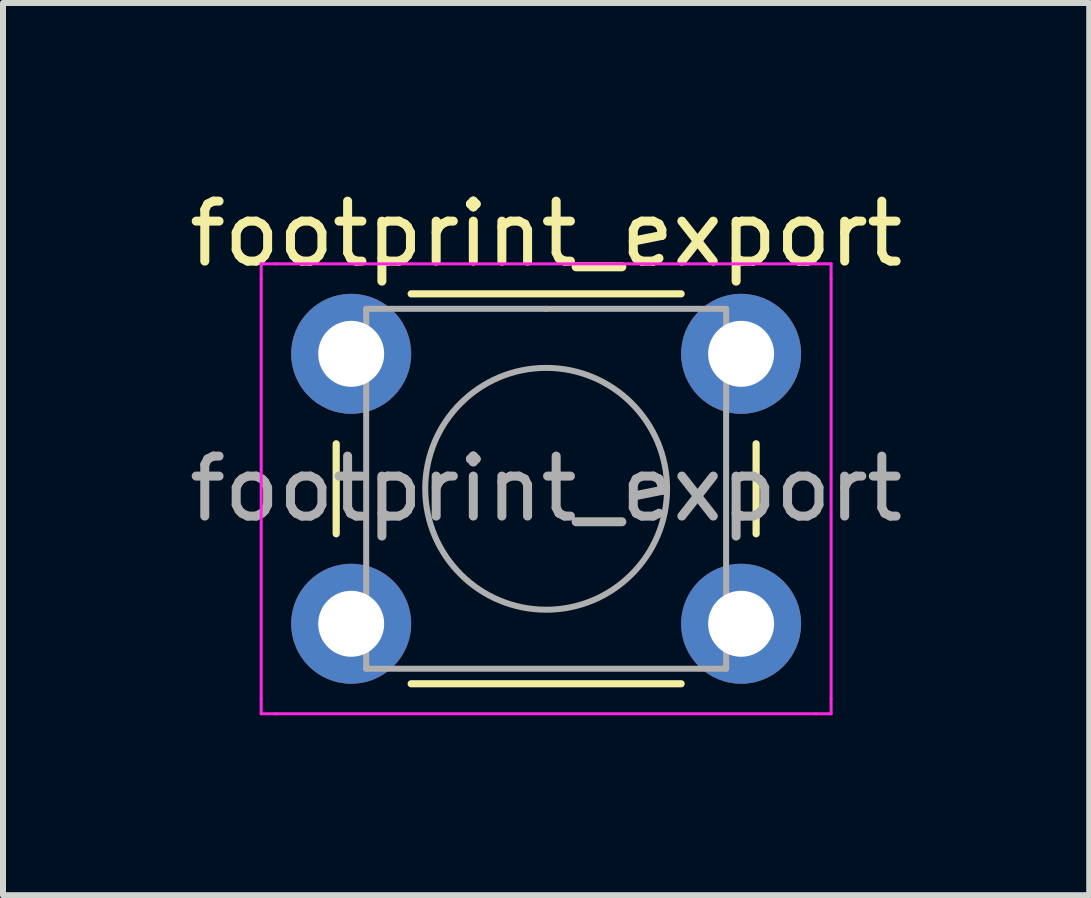
<source format=kicad_pcb>
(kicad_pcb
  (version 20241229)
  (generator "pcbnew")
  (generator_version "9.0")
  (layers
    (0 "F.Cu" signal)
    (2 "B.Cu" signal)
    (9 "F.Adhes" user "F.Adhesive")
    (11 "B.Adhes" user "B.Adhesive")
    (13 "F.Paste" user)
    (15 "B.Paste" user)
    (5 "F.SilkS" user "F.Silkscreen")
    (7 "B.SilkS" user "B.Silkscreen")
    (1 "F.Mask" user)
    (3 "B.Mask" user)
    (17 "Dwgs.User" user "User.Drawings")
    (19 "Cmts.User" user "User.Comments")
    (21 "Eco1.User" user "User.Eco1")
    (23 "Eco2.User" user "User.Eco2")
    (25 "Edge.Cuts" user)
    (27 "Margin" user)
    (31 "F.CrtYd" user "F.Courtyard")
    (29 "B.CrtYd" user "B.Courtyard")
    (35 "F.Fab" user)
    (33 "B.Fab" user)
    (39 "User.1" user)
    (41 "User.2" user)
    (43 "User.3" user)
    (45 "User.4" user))
  (footprint "footprint_export"
    (layer "F.Cu")
    (at 2.804 2.848)
    (property "Reference" "footprint_export" (at 3.25 -2 0) (layer "F.SilkS") (effects (font (size 1 1) (thickness 0.15))))
    (attr through_hole)
    (fp_line (start -0.25 1.5) (end -0.25 3) (stroke (width 0.12) (type solid)) (layer "F.SilkS"))
    (fp_line (start 1 5.5) (end 5.5 5.5) (stroke (width 0.12) (type solid)) (layer "F.SilkS"))
    (fp_line (start 5.5 -1) (end 1 -1) (stroke (width 0.12) (type solid)) (layer "F.SilkS"))
    (fp_line (start 6.75 3) (end 6.75 1.5) (stroke (width 0.12) (type solid)) (layer "F.SilkS"))
    (fp_line (start -1.5 -1.5) (end -1.25 -1.5) (stroke (width 0.05) (type solid)) (layer "F.CrtYd"))
    (fp_line (start -1.5 -1.25) (end -1.5 -1.5) (stroke (width 0.05) (type solid)) (layer "F.CrtYd"))
    (fp_line (start -1.5 5.75) (end -1.5 -1.25) (stroke (width 0.05) (type solid)) (layer "F.CrtYd"))
    (fp_line (start -1.5 5.75) (end -1.5 6) (stroke (width 0.05) (type solid)) (layer "F.CrtYd"))
    (fp_line (start -1.5 6) (end -1.25 6) (stroke (width 0.05) (type solid)) (layer "F.CrtYd"))
    (fp_line (start -1.25 -1.5) (end 7.75 -1.5) (stroke (width 0.05) (type solid)) (layer "F.CrtYd"))
    (fp_line (start 7.75 -1.5) (end 8 -1.5) (stroke (width 0.05) (type solid)) (layer "F.CrtYd"))
    (fp_line (start 7.75 6) (end -1.25 6) (stroke (width 0.05) (type solid)) (layer "F.CrtYd"))
    (fp_line (start 7.75 6) (end 8 6) (stroke (width 0.05) (type solid)) (layer "F.CrtYd"))
    (fp_line (start 8 -1.5) (end 8 -1.25) (stroke (width 0.05) (type solid)) (layer "F.CrtYd"))
    (fp_line (start 8 -1.25) (end 8 5.75) (stroke (width 0.05) (type solid)) (layer "F.CrtYd"))
    (fp_line (start 8 6) (end 8 5.75) (stroke (width 0.05) (type solid)) (layer "F.CrtYd"))
    (fp_line (start 0.25 -0.75) (end 3.25 -0.75) (stroke (width 0.1) (type solid)) (layer "F.Fab"))
    (fp_line (start 0.25 5.25) (end 0.25 -0.75) (stroke (width 0.1) (type solid)) (layer "F.Fab"))
    (fp_line (start 3.25 -0.75) (end 6.25 -0.75) (stroke (width 0.1) (type solid)) (layer "F.Fab"))
    (fp_line (start 6.25 -0.75) (end 6.25 5.25) (stroke (width 0.1) (type solid)) (layer "F.Fab"))
    (fp_line (start 6.25 5.25) (end 0.25 5.25) (stroke (width 0.1) (type solid)) (layer "F.Fab"))
    (fp_circle (center 3.25 2.25) (end 1.25 2.5) (stroke (width 0.1) (type solid)) (fill no) (layer "F.Fab"))
    (fp_text user "${REFERENCE}" (at 3.25 2.25 0) (layer "F.Fab") (effects (font (size 1 1) (thickness 0.15))))
    (pad "1" thru_hole circle (at 0 0 90) (size 2 2) (drill 1.1) (layers "*.Cu" "*.Mask"))
    (pad "1" thru_hole circle (at 6.5 0 90) (size 2 2) (drill 1.1) (layers "*.Cu" "*.Mask"))
    (pad "2" thru_hole circle (at 0 4.5 90) (size 2 2) (drill 1.1) (layers "*.Cu" "*.Mask"))
    (pad "2" thru_hole circle (at 6.5 4.5 90) (size 2 2) (drill 1.1) (layers "*.Cu" "*.Mask")))
  (gr_rect
    (start -3 -3)
    (end 15.107 11.873)
    (stroke (width 0.1) (type default))
    (fill no)
    (layer "Edge.Cuts")))
</source>
